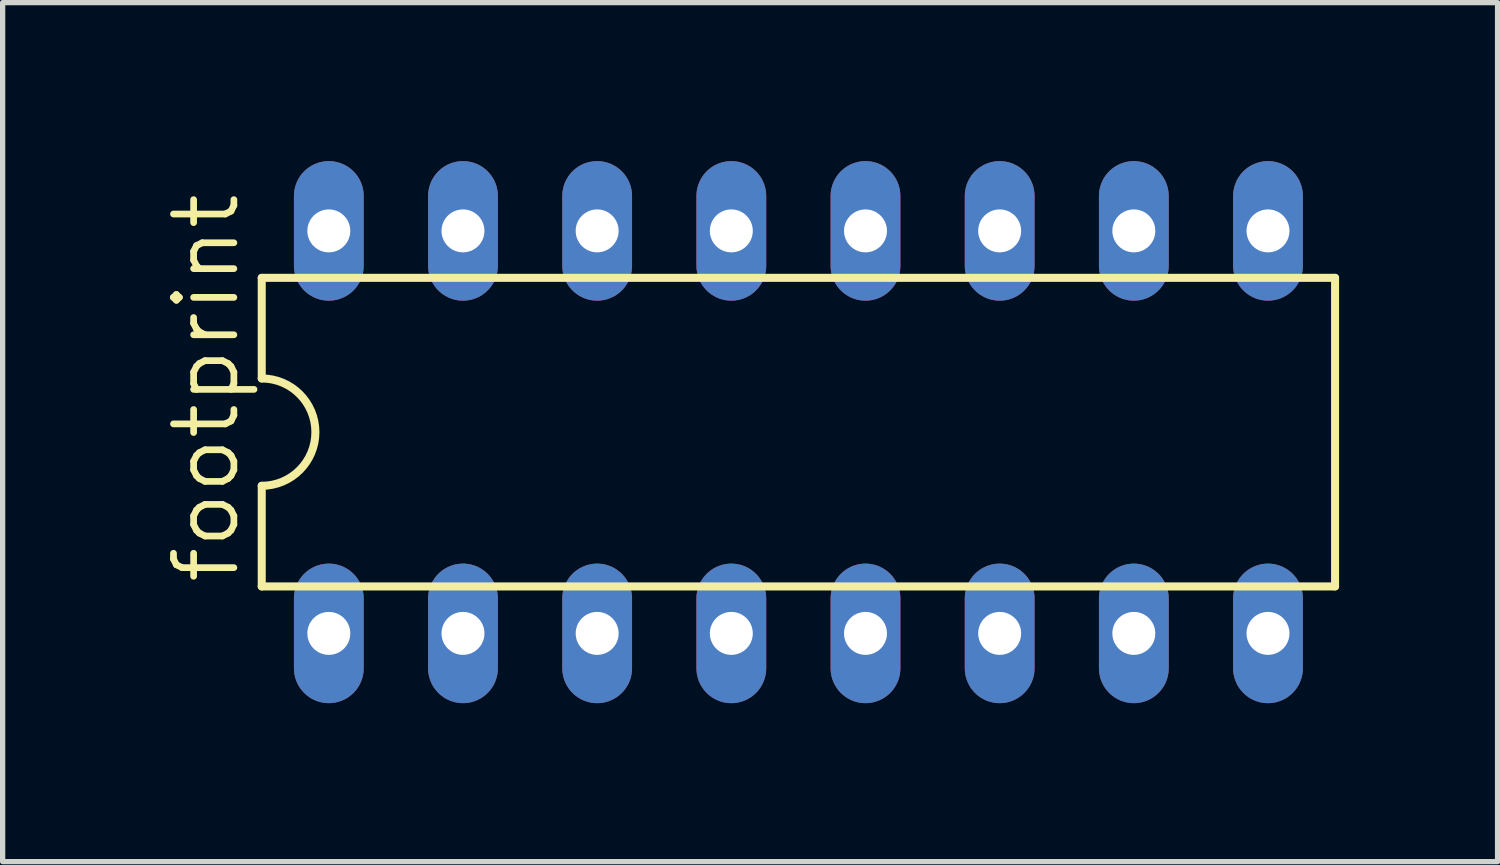
<source format=kicad_pcb>
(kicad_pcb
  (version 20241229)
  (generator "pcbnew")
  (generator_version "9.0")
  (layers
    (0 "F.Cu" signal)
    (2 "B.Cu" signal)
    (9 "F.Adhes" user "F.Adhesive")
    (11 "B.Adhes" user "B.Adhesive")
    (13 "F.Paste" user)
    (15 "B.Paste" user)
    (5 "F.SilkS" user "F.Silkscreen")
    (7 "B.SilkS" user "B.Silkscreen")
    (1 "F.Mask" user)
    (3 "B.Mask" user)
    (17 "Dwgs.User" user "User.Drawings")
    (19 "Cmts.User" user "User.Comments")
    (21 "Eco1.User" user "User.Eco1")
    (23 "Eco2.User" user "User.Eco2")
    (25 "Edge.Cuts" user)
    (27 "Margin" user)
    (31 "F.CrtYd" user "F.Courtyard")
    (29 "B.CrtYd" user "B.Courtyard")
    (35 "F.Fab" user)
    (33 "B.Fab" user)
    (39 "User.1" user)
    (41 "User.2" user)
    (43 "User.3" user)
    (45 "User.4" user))
  (footprint "footprint"
    (layer "F.Cu")
    (at 12.065 5.131)
    (property "Reference" "footprint" (at -10.541 2.921 90) (layer "F.SilkS") (effects (font (size 1.143 1.143) (thickness 0.127)) (justify left bottom)))
    (fp_line (start -10.16 -2.921) (end -10.16 -1.016) (stroke (width 0.152) (type solid)) (layer "F.SilkS"))
    (fp_line (start -10.16 2.921) (end -10.16 1.016) (stroke (width 0.152) (type solid)) (layer "F.SilkS"))
    (fp_line (start -10.16 2.921) (end 10.16 2.921) (stroke (width 0.152) (type solid)) (layer "F.SilkS"))
    (fp_line (start 10.16 -2.921) (end -10.16 -2.921) (stroke (width 0.152) (type solid)) (layer "F.SilkS"))
    (fp_line (start 10.16 -2.921) (end 10.16 2.921) (stroke (width 0.152) (type solid)) (layer "F.SilkS"))
    (fp_arc (start -10.16 -1.016) (mid -9.144 0) (end -10.16 1.016) (stroke (width 0.1524) (type solid)) (layer "F.SilkS"))
    (pad "1" thru_hole oval (at -8.89 3.81 90) (size 2.642 1.321) (drill 0.813) (layers "*.Cu" "*.Mask"))
    (pad "2" thru_hole oval (at -6.35 3.81 90) (size 2.642 1.321) (drill 0.813) (layers "*.Cu" "*.Mask"))
    (pad "3" thru_hole oval (at -3.81 3.81 90) (size 2.642 1.321) (drill 0.813) (layers "*.Cu" "*.Mask"))
    (pad "4" thru_hole oval (at -1.27 3.81 90) (size 2.642 1.321) (drill 0.813) (layers "*.Cu" "*.Mask"))
    (pad "5" thru_hole oval (at 1.27 3.81 90) (size 2.642 1.321) (drill 0.813) (layers "*.Cu" "*.Mask"))
    (pad "6" thru_hole oval (at 3.81 3.81 90) (size 2.642 1.321) (drill 0.813) (layers "*.Cu" "*.Mask"))
    (pad "7" thru_hole oval (at 6.35 3.81 90) (size 2.642 1.321) (drill 0.813) (layers "*.Cu" "*.Mask"))
    (pad "8" thru_hole oval (at 8.89 3.81 90) (size 2.642 1.321) (drill 0.813) (layers "*.Cu" "*.Mask"))
    (pad "9" thru_hole oval (at 8.89 -3.81 90) (size 2.642 1.321) (drill 0.813) (layers "*.Cu" "*.Mask"))
    (pad "10" thru_hole oval (at 6.35 -3.81 90) (size 2.642 1.321) (drill 0.813) (layers "*.Cu" "*.Mask"))
    (pad "11" thru_hole oval (at 3.81 -3.81 90) (size 2.642 1.321) (drill 0.813) (layers "*.Cu" "*.Mask"))
    (pad "12" thru_hole oval (at 1.27 -3.81 90) (size 2.642 1.321) (drill 0.813) (layers "*.Cu" "*.Mask"))
    (pad "13" thru_hole oval (at -1.27 -3.81 90) (size 2.642 1.321) (drill 0.813) (layers "*.Cu" "*.Mask"))
    (pad "14" thru_hole oval (at -3.81 -3.81 90) (size 2.642 1.321) (drill 0.813) (layers "*.Cu" "*.Mask"))
    (pad "15" thru_hole oval (at -6.35 -3.81 90) (size 2.642 1.321) (drill 0.813) (layers "*.Cu" "*.Mask"))
    (pad "16" thru_hole oval (at -8.89 -3.81 90) (size 2.642 1.321) (drill 0.813) (layers "*.Cu" "*.Mask")))
  (gr_rect
    (start -3 -3)
    (end 25.301 13.262)
    (stroke (width 0.1) (type default))
    (fill no)
    (layer "Edge.Cuts")))
</source>
